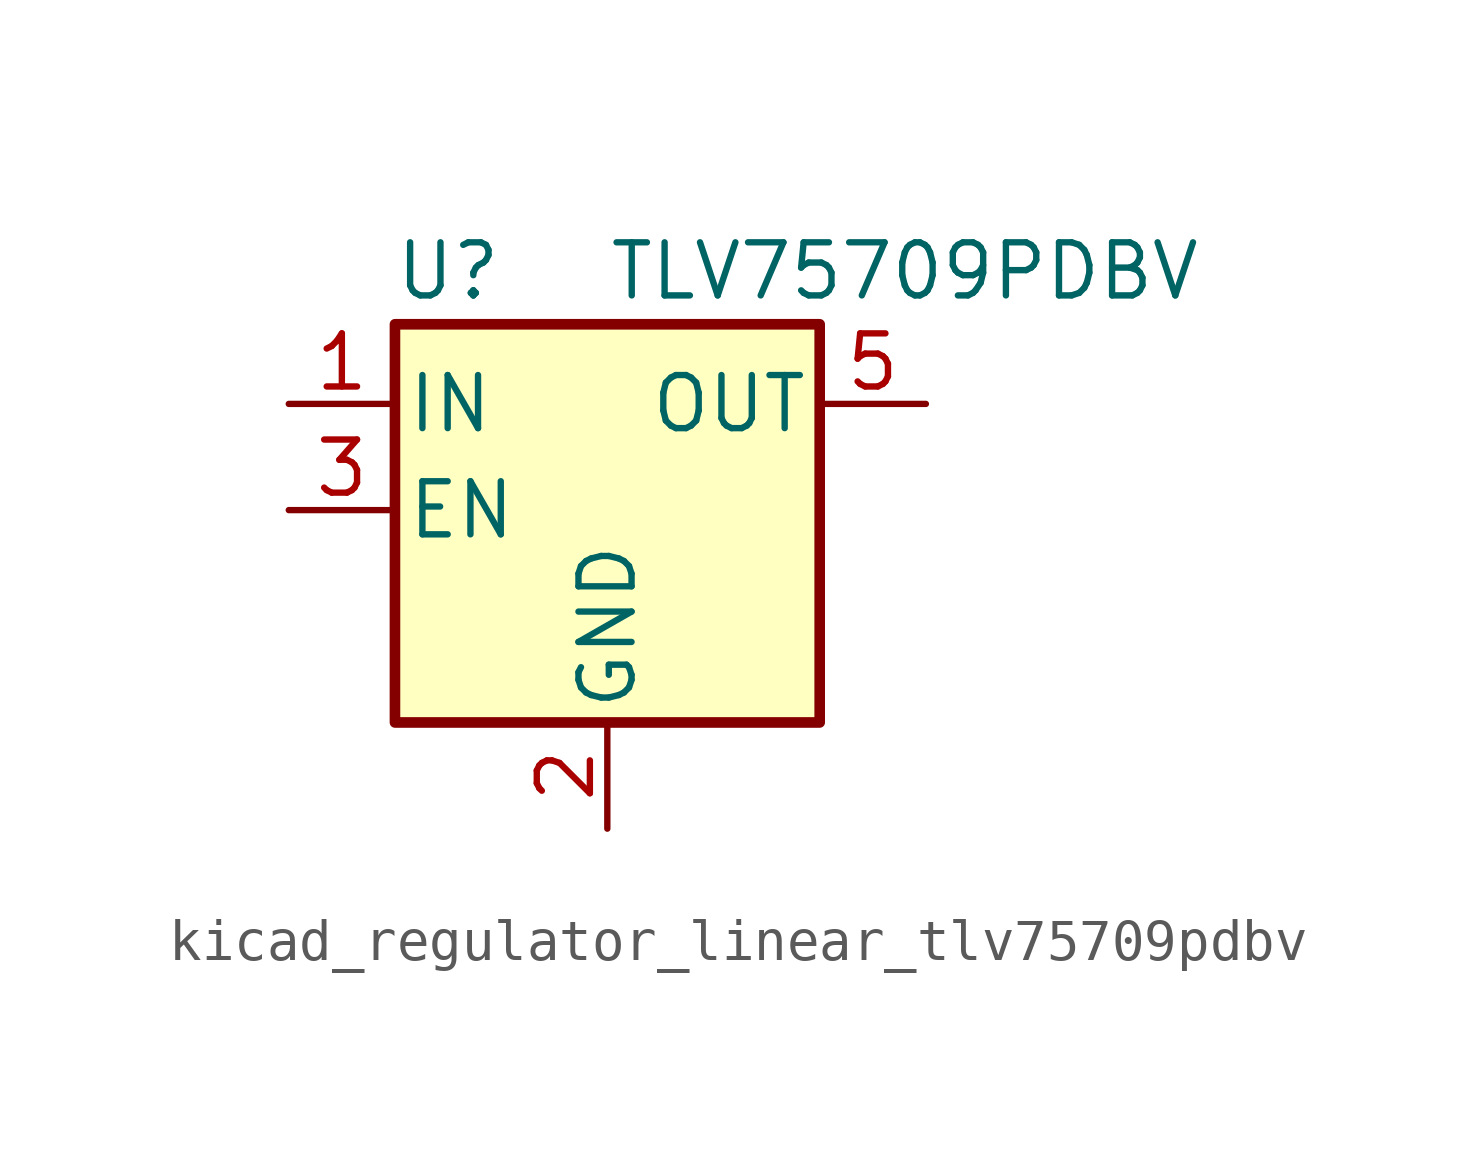
<source format=kicad_sym>
(kicad_symbol_lib
  (version 20220914)
  (generator kicad_symbol_editor)
  (symbol "kicad_regulator_linear_tlv75709pdbv"
    (pin_names
      (offset 0.254))
    (property "Reference" "U"
      (at -3.81 5.715 0)
      (effects (font (size 1.27 1.27))))
    (property "Value" "TLV75709PDBV"
      (at 0 5.715 0)
      (effects (font (size 1.27 1.27)) (justify left)))
    (symbol "kicad_regulator_linear_tlv75709pdbv_0_1"
      (rectangle (start -5.08 4.445) (end 5.08 -5.08) (stroke (width 0.254) (type default)) (fill (type background))))
    (symbol "kicad_regulator_linear_tlv75709pdbv_1_1"
      (pin power_in line (at -7.62 2.54 0) (length 2.54) (name "IN" (effects (font (size 1.27 1.27)))) (number "1" (effects (font (size 1.27 1.27)))))
      (pin power_in line (at 0 -7.62 90) (length 2.54) (name "GND" (effects (font (size 1.27 1.27)))) (number "2" (effects (font (size 1.27 1.27)))))
      (pin input line (at -7.62 0 0) (length 2.54) (name "EN" (effects (font (size 1.27 1.27)))) (number "3" (effects (font (size 1.27 1.27)))))
      (pin no_connect line (at 5.08 0 180) (length 2.54) hide (name "NC" (effects (font (size 1.27 1.27)))) (number "4" (effects (font (size 1.27 1.27)))))
      (pin power_out line (at 7.62 2.54 180) (length 2.54) (name "OUT" (effects (font (size 1.27 1.27)))) (number "5" (effects (font (size 1.27 1.27))))))))
</source>
